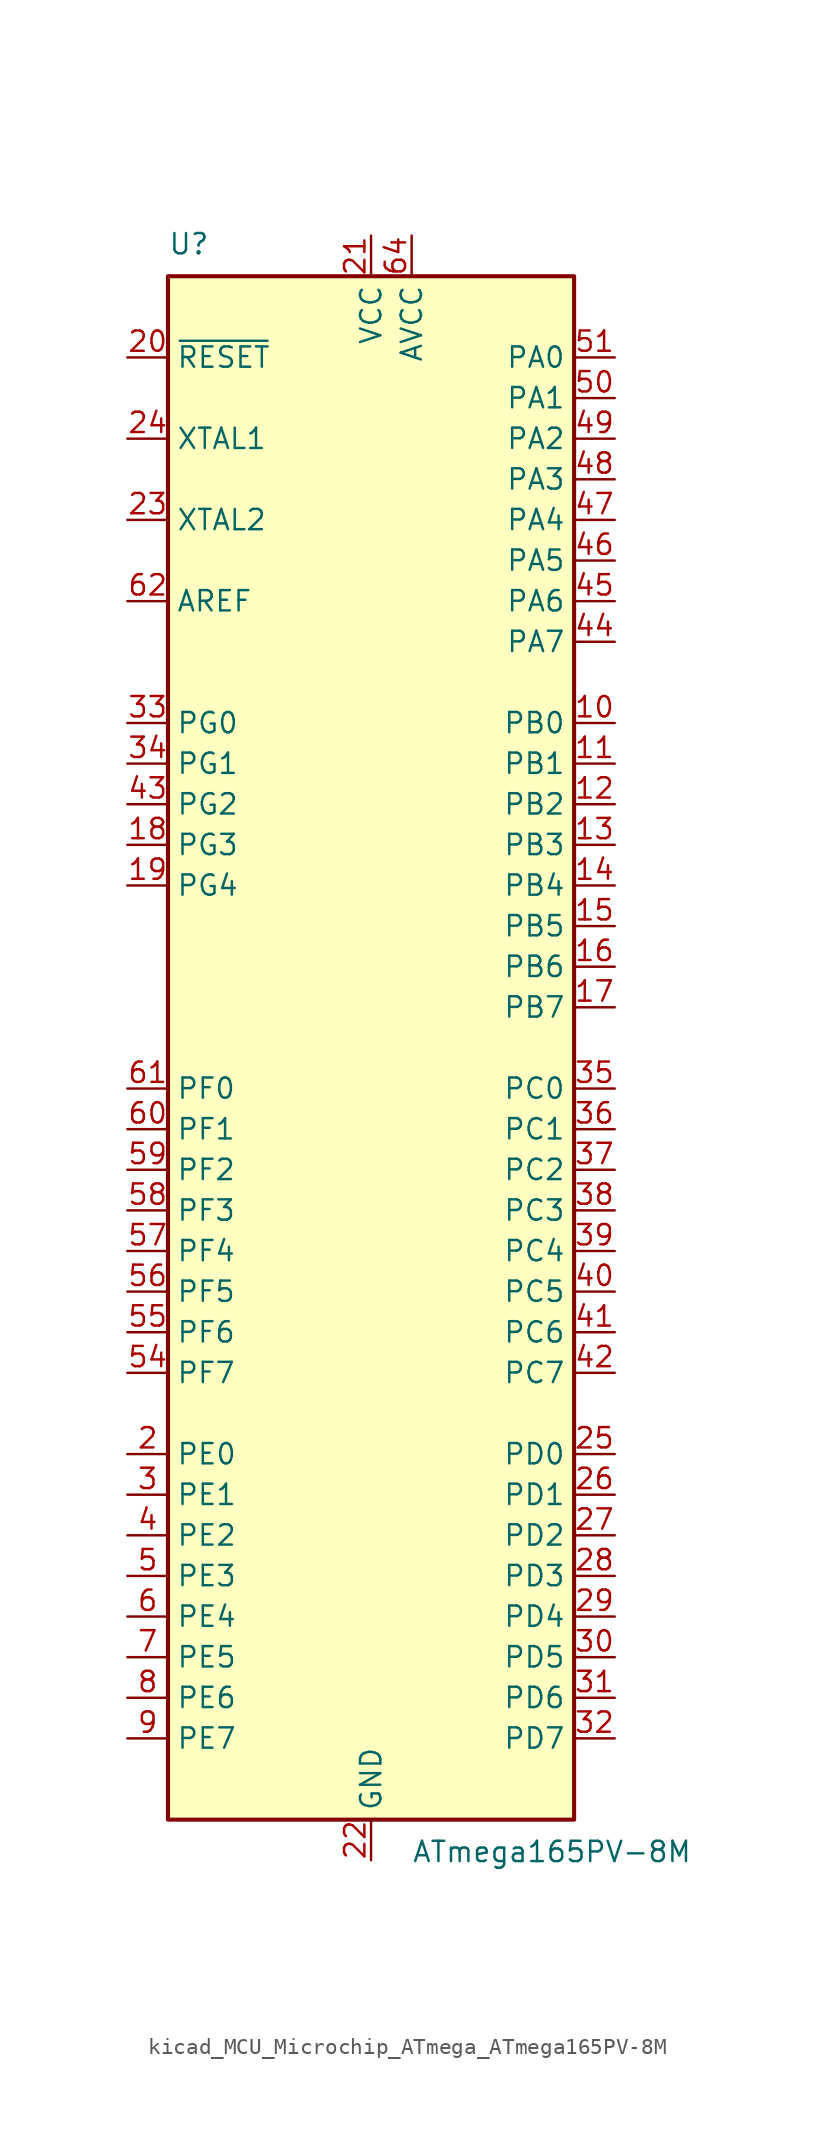
<source format=kicad_sym>
(kicad_symbol_lib
  (version 20220914)
  (generator kicad_symbol_editor)
  (symbol "kicad_MCU_Microchip_ATmega_ATmega165PV-8M"
    (property "Reference" "U"
      (at -12.7 49.53 0)
      (effects (font (size 1.27 1.27)) (justify left bottom)))
    (property "Value" "ATmega165PV-8M"
      (at 2.54 -49.53 0)
      (effects (font (size 1.27 1.27)) (justify left top)))
    (symbol "kicad_MCU_Microchip_ATmega_ATmega165PV-8M_0_1"
      (rectangle (start -12.7 -48.26) (end 12.7 48.26) (stroke (width 0.254) (type default)) (fill (type background))))
    (symbol "kicad_MCU_Microchip_ATmega_ATmega165PV-8M_1_1"
      (pin no_connect line (at -12.7 -45.72 0) (length 2.54) hide (name "NC" (effects (font (size 1.27 1.27)))) (number "1" (effects (font (size 1.27 1.27)))))
      (pin bidirectional line (at 15.24 20.32 180) (length 2.54) (name "PB0" (effects (font (size 1.27 1.27)))) (number "10" (effects (font (size 1.27 1.27)))))
      (pin bidirectional line (at 15.24 17.78 180) (length 2.54) (name "PB1" (effects (font (size 1.27 1.27)))) (number "11" (effects (font (size 1.27 1.27)))))
      (pin bidirectional line (at 15.24 15.24 180) (length 2.54) (name "PB2" (effects (font (size 1.27 1.27)))) (number "12" (effects (font (size 1.27 1.27)))))
      (pin bidirectional line (at 15.24 12.7 180) (length 2.54) (name "PB3" (effects (font (size 1.27 1.27)))) (number "13" (effects (font (size 1.27 1.27)))))
      (pin bidirectional line (at 15.24 10.16 180) (length 2.54) (name "PB4" (effects (font (size 1.27 1.27)))) (number "14" (effects (font (size 1.27 1.27)))))
      (pin bidirectional line (at 15.24 7.62 180) (length 2.54) (name "PB5" (effects (font (size 1.27 1.27)))) (number "15" (effects (font (size 1.27 1.27)))))
      (pin bidirectional line (at 15.24 5.08 180) (length 2.54) (name "PB6" (effects (font (size 1.27 1.27)))) (number "16" (effects (font (size 1.27 1.27)))))
      (pin bidirectional line (at 15.24 2.54 180) (length 2.54) (name "PB7" (effects (font (size 1.27 1.27)))) (number "17" (effects (font (size 1.27 1.27)))))
      (pin bidirectional line (at -15.24 12.7 0) (length 2.54) (name "PG3" (effects (font (size 1.27 1.27)))) (number "18" (effects (font (size 1.27 1.27)))))
      (pin bidirectional line (at -15.24 10.16 0) (length 2.54) (name "PG4" (effects (font (size 1.27 1.27)))) (number "19" (effects (font (size 1.27 1.27)))))
      (pin bidirectional line (at -15.24 -25.4 0) (length 2.54) (name "PE0" (effects (font (size 1.27 1.27)))) (number "2" (effects (font (size 1.27 1.27)))))
      (pin input line (at -15.24 43.18 0) (length 2.54) (name "~{RESET}" (effects (font (size 1.27 1.27)))) (number "20" (effects (font (size 1.27 1.27)))))
      (pin power_in line (at 0 50.8 270) (length 2.54) (name "VCC" (effects (font (size 1.27 1.27)))) (number "21" (effects (font (size 1.27 1.27)))))
      (pin power_in line (at 0 -50.8 90) (length 2.54) (name "GND" (effects (font (size 1.27 1.27)))) (number "22" (effects (font (size 1.27 1.27)))))
      (pin output line (at -15.24 33.02 0) (length 2.54) (name "XTAL2" (effects (font (size 1.27 1.27)))) (number "23" (effects (font (size 1.27 1.27)))))
      (pin input line (at -15.24 38.1 0) (length 2.54) (name "XTAL1" (effects (font (size 1.27 1.27)))) (number "24" (effects (font (size 1.27 1.27)))))
      (pin bidirectional line (at 15.24 -25.4 180) (length 2.54) (name "PD0" (effects (font (size 1.27 1.27)))) (number "25" (effects (font (size 1.27 1.27)))))
      (pin bidirectional line (at 15.24 -27.94 180) (length 2.54) (name "PD1" (effects (font (size 1.27 1.27)))) (number "26" (effects (font (size 1.27 1.27)))))
      (pin bidirectional line (at 15.24 -30.48 180) (length 2.54) (name "PD2" (effects (font (size 1.27 1.27)))) (number "27" (effects (font (size 1.27 1.27)))))
      (pin bidirectional line (at 15.24 -33.02 180) (length 2.54) (name "PD3" (effects (font (size 1.27 1.27)))) (number "28" (effects (font (size 1.27 1.27)))))
      (pin bidirectional line (at 15.24 -35.56 180) (length 2.54) (name "PD4" (effects (font (size 1.27 1.27)))) (number "29" (effects (font (size 1.27 1.27)))))
      (pin bidirectional line (at -15.24 -27.94 0) (length 2.54) (name "PE1" (effects (font (size 1.27 1.27)))) (number "3" (effects (font (size 1.27 1.27)))))
      (pin bidirectional line (at 15.24 -38.1 180) (length 2.54) (name "PD5" (effects (font (size 1.27 1.27)))) (number "30" (effects (font (size 1.27 1.27)))))
      (pin bidirectional line (at 15.24 -40.64 180) (length 2.54) (name "PD6" (effects (font (size 1.27 1.27)))) (number "31" (effects (font (size 1.27 1.27)))))
      (pin bidirectional line (at 15.24 -43.18 180) (length 2.54) (name "PD7" (effects (font (size 1.27 1.27)))) (number "32" (effects (font (size 1.27 1.27)))))
      (pin bidirectional line (at -15.24 20.32 0) (length 2.54) (name "PG0" (effects (font (size 1.27 1.27)))) (number "33" (effects (font (size 1.27 1.27)))))
      (pin bidirectional line (at -15.24 17.78 0) (length 2.54) (name "PG1" (effects (font (size 1.27 1.27)))) (number "34" (effects (font (size 1.27 1.27)))))
      (pin bidirectional line (at 15.24 -2.54 180) (length 2.54) (name "PC0" (effects (font (size 1.27 1.27)))) (number "35" (effects (font (size 1.27 1.27)))))
      (pin bidirectional line (at 15.24 -5.08 180) (length 2.54) (name "PC1" (effects (font (size 1.27 1.27)))) (number "36" (effects (font (size 1.27 1.27)))))
      (pin bidirectional line (at 15.24 -7.62 180) (length 2.54) (name "PC2" (effects (font (size 1.27 1.27)))) (number "37" (effects (font (size 1.27 1.27)))))
      (pin bidirectional line (at 15.24 -10.16 180) (length 2.54) (name "PC3" (effects (font (size 1.27 1.27)))) (number "38" (effects (font (size 1.27 1.27)))))
      (pin bidirectional line (at 15.24 -12.7 180) (length 2.54) (name "PC4" (effects (font (size 1.27 1.27)))) (number "39" (effects (font (size 1.27 1.27)))))
      (pin bidirectional line (at -15.24 -30.48 0) (length 2.54) (name "PE2" (effects (font (size 1.27 1.27)))) (number "4" (effects (font (size 1.27 1.27)))))
      (pin bidirectional line (at 15.24 -15.24 180) (length 2.54) (name "PC5" (effects (font (size 1.27 1.27)))) (number "40" (effects (font (size 1.27 1.27)))))
      (pin bidirectional line (at 15.24 -17.78 180) (length 2.54) (name "PC6" (effects (font (size 1.27 1.27)))) (number "41" (effects (font (size 1.27 1.27)))))
      (pin bidirectional line (at 15.24 -20.32 180) (length 2.54) (name "PC7" (effects (font (size 1.27 1.27)))) (number "42" (effects (font (size 1.27 1.27)))))
      (pin bidirectional line (at -15.24 15.24 0) (length 2.54) (name "PG2" (effects (font (size 1.27 1.27)))) (number "43" (effects (font (size 1.27 1.27)))))
      (pin bidirectional line (at 15.24 25.4 180) (length 2.54) (name "PA7" (effects (font (size 1.27 1.27)))) (number "44" (effects (font (size 1.27 1.27)))))
      (pin bidirectional line (at 15.24 27.94 180) (length 2.54) (name "PA6" (effects (font (size 1.27 1.27)))) (number "45" (effects (font (size 1.27 1.27)))))
      (pin bidirectional line (at 15.24 30.48 180) (length 2.54) (name "PA5" (effects (font (size 1.27 1.27)))) (number "46" (effects (font (size 1.27 1.27)))))
      (pin bidirectional line (at 15.24 33.02 180) (length 2.54) (name "PA4" (effects (font (size 1.27 1.27)))) (number "47" (effects (font (size 1.27 1.27)))))
      (pin bidirectional line (at 15.24 35.56 180) (length 2.54) (name "PA3" (effects (font (size 1.27 1.27)))) (number "48" (effects (font (size 1.27 1.27)))))
      (pin bidirectional line (at 15.24 38.1 180) (length 2.54) (name "PA2" (effects (font (size 1.27 1.27)))) (number "49" (effects (font (size 1.27 1.27)))))
      (pin bidirectional line (at -15.24 -33.02 0) (length 2.54) (name "PE3" (effects (font (size 1.27 1.27)))) (number "5" (effects (font (size 1.27 1.27)))))
      (pin bidirectional line (at 15.24 40.64 180) (length 2.54) (name "PA1" (effects (font (size 1.27 1.27)))) (number "50" (effects (font (size 1.27 1.27)))))
      (pin bidirectional line (at 15.24 43.18 180) (length 2.54) (name "PA0" (effects (font (size 1.27 1.27)))) (number "51" (effects (font (size 1.27 1.27)))))
      (pin passive line (at 0 50.8 270) (length 2.54) hide (name "VCC" (effects (font (size 1.27 1.27)))) (number "52" (effects (font (size 1.27 1.27)))))
      (pin passive line (at 0 -50.8 90) (length 2.54) hide (name "GND" (effects (font (size 1.27 1.27)))) (number "53" (effects (font (size 1.27 1.27)))))
      (pin bidirectional line (at -15.24 -20.32 0) (length 2.54) (name "PF7" (effects (font (size 1.27 1.27)))) (number "54" (effects (font (size 1.27 1.27)))))
      (pin bidirectional line (at -15.24 -17.78 0) (length 2.54) (name "PF6" (effects (font (size 1.27 1.27)))) (number "55" (effects (font (size 1.27 1.27)))))
      (pin bidirectional line (at -15.24 -15.24 0) (length 2.54) (name "PF5" (effects (font (size 1.27 1.27)))) (number "56" (effects (font (size 1.27 1.27)))))
      (pin bidirectional line (at -15.24 -12.7 0) (length 2.54) (name "PF4" (effects (font (size 1.27 1.27)))) (number "57" (effects (font (size 1.27 1.27)))))
      (pin bidirectional line (at -15.24 -10.16 0) (length 2.54) (name "PF3" (effects (font (size 1.27 1.27)))) (number "58" (effects (font (size 1.27 1.27)))))
      (pin bidirectional line (at -15.24 -7.62 0) (length 2.54) (name "PF2" (effects (font (size 1.27 1.27)))) (number "59" (effects (font (size 1.27 1.27)))))
      (pin bidirectional line (at -15.24 -35.56 0) (length 2.54) (name "PE4" (effects (font (size 1.27 1.27)))) (number "6" (effects (font (size 1.27 1.27)))))
      (pin bidirectional line (at -15.24 -5.08 0) (length 2.54) (name "PF1" (effects (font (size 1.27 1.27)))) (number "60" (effects (font (size 1.27 1.27)))))
      (pin bidirectional line (at -15.24 -2.54 0) (length 2.54) (name "PF0" (effects (font (size 1.27 1.27)))) (number "61" (effects (font (size 1.27 1.27)))))
      (pin passive line (at -15.24 27.94 0) (length 2.54) (name "AREF" (effects (font (size 1.27 1.27)))) (number "62" (effects (font (size 1.27 1.27)))))
      (pin passive line (at 0 -50.8 90) (length 2.54) hide (name "GND" (effects (font (size 1.27 1.27)))) (number "63" (effects (font (size 1.27 1.27)))))
      (pin power_in line (at 2.54 50.8 270) (length 2.54) (name "AVCC" (effects (font (size 1.27 1.27)))) (number "64" (effects (font (size 1.27 1.27)))))
      (pin passive line (at 0 -50.8 90) (length 2.54) hide (name "GND" (effects (font (size 1.27 1.27)))) (number "65" (effects (font (size 1.27 1.27)))))
      (pin bidirectional line (at -15.24 -38.1 0) (length 2.54) (name "PE5" (effects (font (size 1.27 1.27)))) (number "7" (effects (font (size 1.27 1.27)))))
      (pin bidirectional line (at -15.24 -40.64 0) (length 2.54) (name "PE6" (effects (font (size 1.27 1.27)))) (number "8" (effects (font (size 1.27 1.27)))))
      (pin bidirectional line (at -15.24 -43.18 0) (length 2.54) (name "PE7" (effects (font (size 1.27 1.27)))) (number "9" (effects (font (size 1.27 1.27))))))))
</source>
